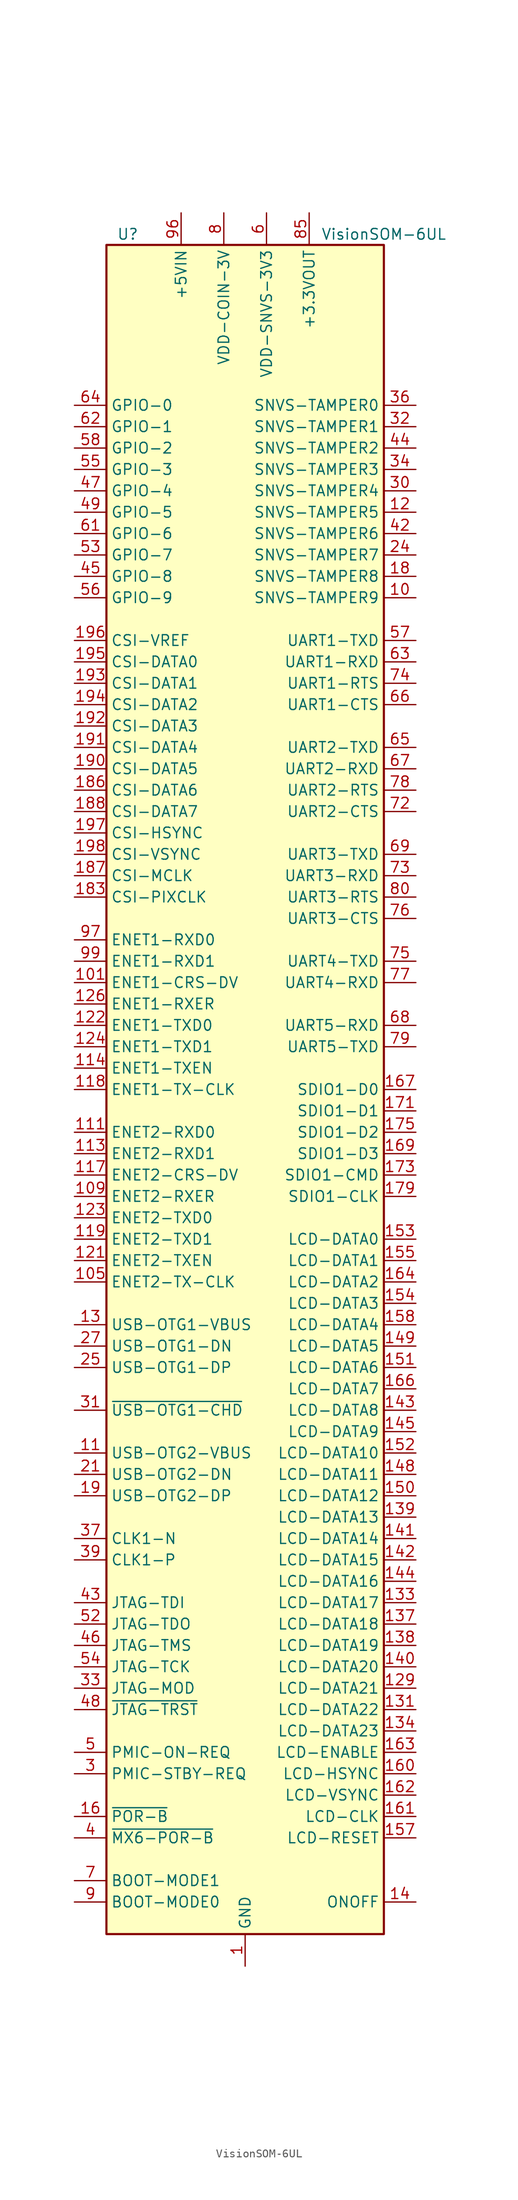
<source format=kicad_sym>
(kicad_symbol_lib
  (version 20201005)
  (generator kicad_symbol_editor)
  (symbol "VisionSOM-6UL"
    (property "Reference" "U"
      (at -13.97 101.6 0)
      (effects (font (size 1.27 1.27))))
    (property "Value" "VisionSOM-6UL"
      (at 16.51 101.6 0)
      (effects (font (size 1.27 1.27))))
    (symbol "VisionSOM-6UL_0_1"
      (rectangle (start -16.51 100.33) (end 16.51 -100.33) (stroke (width 0.254)) (fill (type background))))
    (symbol "VisionSOM-6UL_1_1"
      (pin power_in line (at 0 -104.14 90) (length 3.81) (name "GND" (effects (font (size 1.27 1.27)))) (number "1" (effects (font (size 1.27 1.27)))))
      (pin bidirectional line (at 20.32 58.42 180) (length 3.81) (name "SNVS-TAMPER9" (effects (font (size 1.27 1.27)))) (number "10" (effects (font (size 1.27 1.27)))))
      (pin passive line (at -7.62 104.14 270) (length 3.81) hide (name "+5VIN" (effects (font (size 1.27 1.27)))) (number "100" (effects (font (size 1.27 1.27)))))
      (pin bidirectional line (at -20.32 12.7 0) (length 3.81) (name "ENET1-CRS-DV" (effects (font (size 1.27 1.27)))) (number "101" (effects (font (size 1.27 1.27)))))
      (pin passive line (at -7.62 104.14 270) (length 3.81) hide (name "+5VIN" (effects (font (size 1.27 1.27)))) (number "102" (effects (font (size 1.27 1.27)))))
      (pin passive line (at 0 -104.14 90) (length 3.81) hide (name "GND" (effects (font (size 1.27 1.27)))) (number "103" (effects (font (size 1.27 1.27)))))
      (pin passive line (at -7.62 104.14 270) (length 3.81) hide (name "+5VIN" (effects (font (size 1.27 1.27)))) (number "104" (effects (font (size 1.27 1.27)))))
      (pin bidirectional line (at -20.32 -22.86 0) (length 3.81) (name "ENET2-TX-CLK" (effects (font (size 1.27 1.27)))) (number "105" (effects (font (size 1.27 1.27)))))
      (pin passive line (at -7.62 104.14 270) (length 3.81) hide (name "+5VIN" (effects (font (size 1.27 1.27)))) (number "106" (effects (font (size 1.27 1.27)))))
      (pin passive line (at 0 -104.14 90) (length 3.81) hide (name "GND" (effects (font (size 1.27 1.27)))) (number "107" (effects (font (size 1.27 1.27)))))
      (pin passive line (at -7.62 104.14 270) (length 3.81) hide (name "+5VIN" (effects (font (size 1.27 1.27)))) (number "108" (effects (font (size 1.27 1.27)))))
      (pin bidirectional line (at -20.32 -12.7 0) (length 3.81) (name "ENET2-RXER" (effects (font (size 1.27 1.27)))) (number "109" (effects (font (size 1.27 1.27)))))
      (pin input line (at -20.32 -43.18 0) (length 3.81) (name "USB-OTG2-VBUS" (effects (font (size 1.27 1.27)))) (number "11" (effects (font (size 1.27 1.27)))))
      (pin passive line (at -7.62 104.14 270) (length 3.81) hide (name "+5VIN" (effects (font (size 1.27 1.27)))) (number "110" (effects (font (size 1.27 1.27)))))
      (pin bidirectional line (at -20.32 -5.08 0) (length 3.81) (name "ENET2-RXD0" (effects (font (size 1.27 1.27)))) (number "111" (effects (font (size 1.27 1.27)))))
      (pin passive line (at -7.62 104.14 270) (length 3.81) hide (name "+5VIN" (effects (font (size 1.27 1.27)))) (number "112" (effects (font (size 1.27 1.27)))))
      (pin bidirectional line (at -20.32 -7.62 0) (length 3.81) (name "ENET2-RXD1" (effects (font (size 1.27 1.27)))) (number "113" (effects (font (size 1.27 1.27)))))
      (pin bidirectional line (at -20.32 2.54 0) (length 3.81) (name "ENET1-TXEN" (effects (font (size 1.27 1.27)))) (number "114" (effects (font (size 1.27 1.27)))))
      (pin passive line (at 0 -104.14 90) (length 3.81) hide (name "GND" (effects (font (size 1.27 1.27)))) (number "115" (effects (font (size 1.27 1.27)))))
      (pin passive line (at 0 -104.14 90) (length 3.81) hide (name "GND" (effects (font (size 1.27 1.27)))) (number "116" (effects (font (size 1.27 1.27)))))
      (pin bidirectional line (at -20.32 -10.16 0) (length 3.81) (name "ENET2-CRS-DV" (effects (font (size 1.27 1.27)))) (number "117" (effects (font (size 1.27 1.27)))))
      (pin bidirectional line (at -20.32 0 0) (length 3.81) (name "ENET1-TX-CLK" (effects (font (size 1.27 1.27)))) (number "118" (effects (font (size 1.27 1.27)))))
      (pin bidirectional line (at -20.32 -17.78 0) (length 3.81) (name "ENET2-TXD1" (effects (font (size 1.27 1.27)))) (number "119" (effects (font (size 1.27 1.27)))))
      (pin bidirectional line (at 20.32 68.58 180) (length 3.81) (name "SNVS-TAMPER5" (effects (font (size 1.27 1.27)))) (number "12" (effects (font (size 1.27 1.27)))))
      (pin passive line (at 0 -104.14 90) (length 3.81) hide (name "GND" (effects (font (size 1.27 1.27)))) (number "120" (effects (font (size 1.27 1.27)))))
      (pin bidirectional line (at -20.32 -20.32 0) (length 3.81) (name "ENET2-TXEN" (effects (font (size 1.27 1.27)))) (number "121" (effects (font (size 1.27 1.27)))))
      (pin bidirectional line (at -20.32 7.62 0) (length 3.81) (name "ENET1-TXD0" (effects (font (size 1.27 1.27)))) (number "122" (effects (font (size 1.27 1.27)))))
      (pin bidirectional line (at -20.32 -15.24 0) (length 3.81) (name "ENET2-TXD0" (effects (font (size 1.27 1.27)))) (number "123" (effects (font (size 1.27 1.27)))))
      (pin bidirectional line (at -20.32 5.08 0) (length 3.81) (name "ENET1-TXD1" (effects (font (size 1.27 1.27)))) (number "124" (effects (font (size 1.27 1.27)))))
      (pin passive line (at 0 -104.14 90) (length 3.81) hide (name "GND" (effects (font (size 1.27 1.27)))) (number "125" (effects (font (size 1.27 1.27)))))
      (pin bidirectional line (at -20.32 10.16 0) (length 3.81) (name "ENET1-RXER" (effects (font (size 1.27 1.27)))) (number "126" (effects (font (size 1.27 1.27)))))
      (pin passive line (at 0 -104.14 90) (length 3.81) hide (name "GND" (effects (font (size 1.27 1.27)))) (number "127" (effects (font (size 1.27 1.27)))))
      (pin passive line (at 0 -104.14 90) (length 3.81) hide (name "GND" (effects (font (size 1.27 1.27)))) (number "128" (effects (font (size 1.27 1.27)))))
      (pin bidirectional line (at 20.32 -71.12 180) (length 3.81) (name "LCD-DATA21" (effects (font (size 1.27 1.27)))) (number "129" (effects (font (size 1.27 1.27)))))
      (pin input line (at -20.32 -27.94 0) (length 3.81) (name "USB-OTG1-VBUS" (effects (font (size 1.27 1.27)))) (number "13" (effects (font (size 1.27 1.27)))))
      (pin passive line (at 0 -104.14 90) (length 3.81) hide (name "GND" (effects (font (size 1.27 1.27)))) (number "130" (effects (font (size 1.27 1.27)))))
      (pin bidirectional line (at 20.32 -73.66 180) (length 3.81) (name "LCD-DATA22" (effects (font (size 1.27 1.27)))) (number "131" (effects (font (size 1.27 1.27)))))
      (pin passive line (at 0 -104.14 90) (length 3.81) hide (name "GND" (effects (font (size 1.27 1.27)))) (number "132" (effects (font (size 1.27 1.27)))))
      (pin bidirectional line (at 20.32 -60.96 180) (length 3.81) (name "LCD-DATA17" (effects (font (size 1.27 1.27)))) (number "133" (effects (font (size 1.27 1.27)))))
      (pin bidirectional line (at 20.32 -76.2 180) (length 3.81) (name "LCD-DATA23" (effects (font (size 1.27 1.27)))) (number "134" (effects (font (size 1.27 1.27)))))
      (pin passive line (at 0 -104.14 90) (length 3.81) hide (name "GND" (effects (font (size 1.27 1.27)))) (number "135" (effects (font (size 1.27 1.27)))))
      (pin passive line (at 0 -104.14 90) (length 3.81) hide (name "GND" (effects (font (size 1.27 1.27)))) (number "136" (effects (font (size 1.27 1.27)))))
      (pin bidirectional line (at 20.32 -63.5 180) (length 3.81) (name "LCD-DATA18" (effects (font (size 1.27 1.27)))) (number "137" (effects (font (size 1.27 1.27)))))
      (pin bidirectional line (at 20.32 -66.04 180) (length 3.81) (name "LCD-DATA19" (effects (font (size 1.27 1.27)))) (number "138" (effects (font (size 1.27 1.27)))))
      (pin bidirectional line (at 20.32 -50.8 180) (length 3.81) (name "LCD-DATA13" (effects (font (size 1.27 1.27)))) (number "139" (effects (font (size 1.27 1.27)))))
      (pin input line (at 20.32 -96.52 180) (length 3.81) (name "ONOFF" (effects (font (size 1.27 1.27)))) (number "14" (effects (font (size 1.27 1.27)))))
      (pin bidirectional line (at 20.32 -68.58 180) (length 3.81) (name "LCD-DATA20" (effects (font (size 1.27 1.27)))) (number "140" (effects (font (size 1.27 1.27)))))
      (pin bidirectional line (at 20.32 -53.34 180) (length 3.81) (name "LCD-DATA14" (effects (font (size 1.27 1.27)))) (number "141" (effects (font (size 1.27 1.27)))))
      (pin bidirectional line (at 20.32 -55.88 180) (length 3.81) (name "LCD-DATA15" (effects (font (size 1.27 1.27)))) (number "142" (effects (font (size 1.27 1.27)))))
      (pin bidirectional line (at 20.32 -38.1 180) (length 3.81) (name "LCD-DATA8" (effects (font (size 1.27 1.27)))) (number "143" (effects (font (size 1.27 1.27)))))
      (pin bidirectional line (at 20.32 -58.42 180) (length 3.81) (name "LCD-DATA16" (effects (font (size 1.27 1.27)))) (number "144" (effects (font (size 1.27 1.27)))))
      (pin bidirectional line (at 20.32 -40.64 180) (length 3.81) (name "LCD-DATA9" (effects (font (size 1.27 1.27)))) (number "145" (effects (font (size 1.27 1.27)))))
      (pin passive line (at 0 -104.14 90) (length 3.81) hide (name "GND" (effects (font (size 1.27 1.27)))) (number "146" (effects (font (size 1.27 1.27)))))
      (pin passive line (at 0 -104.14 90) (length 3.81) hide (name "GND" (effects (font (size 1.27 1.27)))) (number "147" (effects (font (size 1.27 1.27)))))
      (pin bidirectional line (at 20.32 -45.72 180) (length 3.81) (name "LCD-DATA11" (effects (font (size 1.27 1.27)))) (number "148" (effects (font (size 1.27 1.27)))))
      (pin bidirectional line (at 20.32 -30.48 180) (length 3.81) (name "LCD-DATA5" (effects (font (size 1.27 1.27)))) (number "149" (effects (font (size 1.27 1.27)))))
      (pin passive line (at 0 -104.14 90) (length 3.81) hide (name "GND" (effects (font (size 1.27 1.27)))) (number "15" (effects (font (size 1.27 1.27)))))
      (pin bidirectional line (at 20.32 -48.26 180) (length 3.81) (name "LCD-DATA12" (effects (font (size 1.27 1.27)))) (number "150" (effects (font (size 1.27 1.27)))))
      (pin bidirectional line (at 20.32 -33.02 180) (length 3.81) (name "LCD-DATA6" (effects (font (size 1.27 1.27)))) (number "151" (effects (font (size 1.27 1.27)))))
      (pin bidirectional line (at 20.32 -43.18 180) (length 3.81) (name "LCD-DATA10" (effects (font (size 1.27 1.27)))) (number "152" (effects (font (size 1.27 1.27)))))
      (pin bidirectional line (at 20.32 -17.78 180) (length 3.81) (name "LCD-DATA0" (effects (font (size 1.27 1.27)))) (number "153" (effects (font (size 1.27 1.27)))))
      (pin bidirectional line (at 20.32 -25.4 180) (length 3.81) (name "LCD-DATA3" (effects (font (size 1.27 1.27)))) (number "154" (effects (font (size 1.27 1.27)))))
      (pin bidirectional line (at 20.32 -20.32 180) (length 3.81) (name "LCD-DATA1" (effects (font (size 1.27 1.27)))) (number "155" (effects (font (size 1.27 1.27)))))
      (pin passive line (at 0 -104.14 90) (length 3.81) hide (name "GND" (effects (font (size 1.27 1.27)))) (number "156" (effects (font (size 1.27 1.27)))))
      (pin bidirectional line (at 20.32 -88.9 180) (length 3.81) (name "LCD-RESET" (effects (font (size 1.27 1.27)))) (number "157" (effects (font (size 1.27 1.27)))))
      (pin bidirectional line (at 20.32 -27.94 180) (length 3.81) (name "LCD-DATA4" (effects (font (size 1.27 1.27)))) (number "158" (effects (font (size 1.27 1.27)))))
      (pin passive line (at 0 -104.14 90) (length 3.81) hide (name "GND" (effects (font (size 1.27 1.27)))) (number "159" (effects (font (size 1.27 1.27)))))
      (pin input line (at -20.32 -86.36 0) (length 3.81) (name "~POR-B" (effects (font (size 1.27 1.27)))) (number "16" (effects (font (size 1.27 1.27)))))
      (pin bidirectional line (at 20.32 -81.28 180) (length 3.81) (name "LCD-HSYNC" (effects (font (size 1.27 1.27)))) (number "160" (effects (font (size 1.27 1.27)))))
      (pin bidirectional line (at 20.32 -86.36 180) (length 3.81) (name "LCD-CLK" (effects (font (size 1.27 1.27)))) (number "161" (effects (font (size 1.27 1.27)))))
      (pin bidirectional line (at 20.32 -83.82 180) (length 3.81) (name "LCD-VSYNC" (effects (font (size 1.27 1.27)))) (number "162" (effects (font (size 1.27 1.27)))))
      (pin bidirectional line (at 20.32 -78.74 180) (length 3.81) (name "LCD-ENABLE" (effects (font (size 1.27 1.27)))) (number "163" (effects (font (size 1.27 1.27)))))
      (pin bidirectional line (at 20.32 -22.86 180) (length 3.81) (name "LCD-DATA2" (effects (font (size 1.27 1.27)))) (number "164" (effects (font (size 1.27 1.27)))))
      (pin passive line (at 0 -104.14 90) (length 3.81) hide (name "GND" (effects (font (size 1.27 1.27)))) (number "165" (effects (font (size 1.27 1.27)))))
      (pin bidirectional line (at 20.32 -35.56 180) (length 3.81) (name "LCD-DATA7" (effects (font (size 1.27 1.27)))) (number "166" (effects (font (size 1.27 1.27)))))
      (pin bidirectional line (at 20.32 0 180) (length 3.81) (name "SDIO1-D0" (effects (font (size 1.27 1.27)))) (number "167" (effects (font (size 1.27 1.27)))))
      (pin passive line (at 0 -104.14 90) (length 3.81) hide (name "GND" (effects (font (size 1.27 1.27)))) (number "168" (effects (font (size 1.27 1.27)))))
      (pin bidirectional line (at 20.32 -7.62 180) (length 3.81) (name "SDIO1-D3" (effects (font (size 1.27 1.27)))) (number "169" (effects (font (size 1.27 1.27)))))
      (pin passive line (at 0 -104.14 90) (length 3.81) hide (name "GND" (effects (font (size 1.27 1.27)))) (number "17" (effects (font (size 1.27 1.27)))))
      (pin passive line (at 0 -104.14 90) (length 3.81) hide (name "GND" (effects (font (size 1.27 1.27)))) (number "170" (effects (font (size 1.27 1.27)))))
      (pin bidirectional line (at 20.32 -2.54 180) (length 3.81) (name "SDIO1-D1" (effects (font (size 1.27 1.27)))) (number "171" (effects (font (size 1.27 1.27)))))
      (pin passive line (at 0 -104.14 90) (length 3.81) hide (name "GND" (effects (font (size 1.27 1.27)))) (number "172" (effects (font (size 1.27 1.27)))))
      (pin bidirectional line (at 20.32 -10.16 180) (length 3.81) (name "SDIO1-CMD" (effects (font (size 1.27 1.27)))) (number "173" (effects (font (size 1.27 1.27)))))
      (pin passive line (at 0 -104.14 90) (length 3.81) hide (name "GND" (effects (font (size 1.27 1.27)))) (number "174" (effects (font (size 1.27 1.27)))))
      (pin bidirectional line (at 20.32 -5.08 180) (length 3.81) (name "SDIO1-D2" (effects (font (size 1.27 1.27)))) (number "175" (effects (font (size 1.27 1.27)))))
      (pin passive line (at 0 -104.14 90) (length 3.81) hide (name "GND" (effects (font (size 1.27 1.27)))) (number "176" (effects (font (size 1.27 1.27)))))
      (pin passive line (at 0 -104.14 90) (length 3.81) hide (name "GND" (effects (font (size 1.27 1.27)))) (number "177" (effects (font (size 1.27 1.27)))))
      (pin passive line (at 0 -104.14 90) (length 3.81) hide (name "GND" (effects (font (size 1.27 1.27)))) (number "178" (effects (font (size 1.27 1.27)))))
      (pin bidirectional line (at 20.32 -12.7 180) (length 3.81) (name "SDIO1-CLK" (effects (font (size 1.27 1.27)))) (number "179" (effects (font (size 1.27 1.27)))))
      (pin bidirectional line (at 20.32 60.96 180) (length 3.81) (name "SNVS-TAMPER8" (effects (font (size 1.27 1.27)))) (number "18" (effects (font (size 1.27 1.27)))))
      (pin passive line (at 0 -104.14 90) (length 3.81) hide (name "GND" (effects (font (size 1.27 1.27)))) (number "180" (effects (font (size 1.27 1.27)))))
      (pin passive line (at 0 -104.14 90) (length 3.81) hide (name "GND" (effects (font (size 1.27 1.27)))) (number "181" (effects (font (size 1.27 1.27)))))
      (pin passive line (at 0 -104.14 90) (length 3.81) hide (name "GND" (effects (font (size 1.27 1.27)))) (number "182" (effects (font (size 1.27 1.27)))))
      (pin bidirectional line (at -20.32 22.86 0) (length 3.81) (name "CSI-PIXCLK" (effects (font (size 1.27 1.27)))) (number "183" (effects (font (size 1.27 1.27)))))
      (pin passive line (at 0 -104.14 90) (length 3.81) hide (name "GND" (effects (font (size 1.27 1.27)))) (number "184" (effects (font (size 1.27 1.27)))))
      (pin passive line (at 0 -104.14 90) (length 3.81) hide (name "GND" (effects (font (size 1.27 1.27)))) (number "185" (effects (font (size 1.27 1.27)))))
      (pin bidirectional line (at -20.32 35.56 0) (length 3.81) (name "CSI-DATA6" (effects (font (size 1.27 1.27)))) (number "186" (effects (font (size 1.27 1.27)))))
      (pin bidirectional line (at -20.32 25.4 0) (length 3.81) (name "CSI-MCLK" (effects (font (size 1.27 1.27)))) (number "187" (effects (font (size 1.27 1.27)))))
      (pin bidirectional line (at -20.32 33.02 0) (length 3.81) (name "CSI-DATA7" (effects (font (size 1.27 1.27)))) (number "188" (effects (font (size 1.27 1.27)))))
      (pin passive line (at 0 -104.14 90) (length 3.81) hide (name "GND" (effects (font (size 1.27 1.27)))) (number "189" (effects (font (size 1.27 1.27)))))
      (pin bidirectional line (at -20.32 -48.26 0) (length 3.81) (name "USB-OTG2-DP" (effects (font (size 1.27 1.27)))) (number "19" (effects (font (size 1.27 1.27)))))
      (pin bidirectional line (at -20.32 38.1 0) (length 3.81) (name "CSI-DATA5" (effects (font (size 1.27 1.27)))) (number "190" (effects (font (size 1.27 1.27)))))
      (pin bidirectional line (at -20.32 40.64 0) (length 3.81) (name "CSI-DATA4" (effects (font (size 1.27 1.27)))) (number "191" (effects (font (size 1.27 1.27)))))
      (pin bidirectional line (at -20.32 43.18 0) (length 3.81) (name "CSI-DATA3" (effects (font (size 1.27 1.27)))) (number "192" (effects (font (size 1.27 1.27)))))
      (pin bidirectional line (at -20.32 48.26 0) (length 3.81) (name "CSI-DATA1" (effects (font (size 1.27 1.27)))) (number "193" (effects (font (size 1.27 1.27)))))
      (pin bidirectional line (at -20.32 45.72 0) (length 3.81) (name "CSI-DATA2" (effects (font (size 1.27 1.27)))) (number "194" (effects (font (size 1.27 1.27)))))
      (pin bidirectional line (at -20.32 50.8 0) (length 3.81) (name "CSI-DATA0" (effects (font (size 1.27 1.27)))) (number "195" (effects (font (size 1.27 1.27)))))
      (pin passive line (at -20.32 53.34 0) (length 3.81) (name "CSI-VREF" (effects (font (size 1.27 1.27)))) (number "196" (effects (font (size 1.27 1.27)))))
      (pin bidirectional line (at -20.32 30.48 0) (length 3.81) (name "CSI-HSYNC" (effects (font (size 1.27 1.27)))) (number "197" (effects (font (size 1.27 1.27)))))
      (pin bidirectional line (at -20.32 27.94 0) (length 3.81) (name "CSI-VSYNC" (effects (font (size 1.27 1.27)))) (number "198" (effects (font (size 1.27 1.27)))))
      (pin passive line (at 0 -104.14 90) (length 3.81) hide (name "GND" (effects (font (size 1.27 1.27)))) (number "199" (effects (font (size 1.27 1.27)))))
      (pin passive line (at 0 -104.14 90) (length 3.81) hide (name "GND" (effects (font (size 1.27 1.27)))) (number "2" (effects (font (size 1.27 1.27)))))
      (pin passive line (at 0 -104.14 90) (length 3.81) hide (name "GND" (effects (font (size 1.27 1.27)))) (number "20" (effects (font (size 1.27 1.27)))))
      (pin passive line (at 0 -104.14 90) (length 3.81) hide (name "GND" (effects (font (size 1.27 1.27)))) (number "200" (effects (font (size 1.27 1.27)))))
      (pin bidirectional line (at -20.32 -45.72 0) (length 3.81) (name "USB-OTG2-DN" (effects (font (size 1.27 1.27)))) (number "21" (effects (font (size 1.27 1.27)))))
      (pin passive line (at 0 -104.14 90) (length 3.81) hide (name "GND" (effects (font (size 1.27 1.27)))) (number "22" (effects (font (size 1.27 1.27)))))
      (pin passive line (at 0 -104.14 90) (length 3.81) hide (name "GND" (effects (font (size 1.27 1.27)))) (number "23" (effects (font (size 1.27 1.27)))))
      (pin bidirectional line (at 20.32 63.5 180) (length 3.81) (name "SNVS-TAMPER7" (effects (font (size 1.27 1.27)))) (number "24" (effects (font (size 1.27 1.27)))))
      (pin bidirectional line (at -20.32 -33.02 0) (length 3.81) (name "USB-OTG1-DP" (effects (font (size 1.27 1.27)))) (number "25" (effects (font (size 1.27 1.27)))))
      (pin passive line (at 0 -104.14 90) (length 3.81) hide (name "GND" (effects (font (size 1.27 1.27)))) (number "26" (effects (font (size 1.27 1.27)))))
      (pin bidirectional line (at -20.32 -30.48 0) (length 3.81) (name "USB-OTG1-DN" (effects (font (size 1.27 1.27)))) (number "27" (effects (font (size 1.27 1.27)))))
      (pin passive line (at 0 -104.14 90) (length 3.81) hide (name "GND" (effects (font (size 1.27 1.27)))) (number "28" (effects (font (size 1.27 1.27)))))
      (pin passive line (at 0 -104.14 90) (length 3.81) hide (name "GND" (effects (font (size 1.27 1.27)))) (number "29" (effects (font (size 1.27 1.27)))))
      (pin output line (at -20.32 -81.28 0) (length 3.81) (name "PMIC-STBY-REQ" (effects (font (size 1.27 1.27)))) (number "3" (effects (font (size 1.27 1.27)))))
      (pin bidirectional line (at 20.32 71.12 180) (length 3.81) (name "SNVS-TAMPER4" (effects (font (size 1.27 1.27)))) (number "30" (effects (font (size 1.27 1.27)))))
      (pin open_collector line (at -20.32 -38.1 0) (length 3.81) (name "~USB-OTG1-CHD" (effects (font (size 1.27 1.27)))) (number "31" (effects (font (size 1.27 1.27)))))
      (pin bidirectional line (at 20.32 78.74 180) (length 3.81) (name "SNVS-TAMPER1" (effects (font (size 1.27 1.27)))) (number "32" (effects (font (size 1.27 1.27)))))
      (pin bidirectional line (at -20.32 -71.12 0) (length 3.81) (name "JTAG-MOD" (effects (font (size 1.27 1.27)))) (number "33" (effects (font (size 1.27 1.27)))))
      (pin bidirectional line (at 20.32 73.66 180) (length 3.81) (name "SNVS-TAMPER3" (effects (font (size 1.27 1.27)))) (number "34" (effects (font (size 1.27 1.27)))))
      (pin passive line (at 0 -104.14 90) (length 3.81) hide (name "GND" (effects (font (size 1.27 1.27)))) (number "35" (effects (font (size 1.27 1.27)))))
      (pin bidirectional line (at 20.32 81.28 180) (length 3.81) (name "SNVS-TAMPER0" (effects (font (size 1.27 1.27)))) (number "36" (effects (font (size 1.27 1.27)))))
      (pin bidirectional line (at -20.32 -53.34 0) (length 3.81) (name "CLK1-N" (effects (font (size 1.27 1.27)))) (number "37" (effects (font (size 1.27 1.27)))))
      (pin passive line (at 0 -104.14 90) (length 3.81) hide (name "GND" (effects (font (size 1.27 1.27)))) (number "38" (effects (font (size 1.27 1.27)))))
      (pin bidirectional line (at -20.32 -55.88 0) (length 3.81) (name "CLK1-P" (effects (font (size 1.27 1.27)))) (number "39" (effects (font (size 1.27 1.27)))))
      (pin input line (at -20.32 -88.9 0) (length 3.81) (name "~MX6-POR-B" (effects (font (size 1.27 1.27)))) (number "4" (effects (font (size 1.27 1.27)))))
      (pin passive line (at 0 -104.14 90) (length 3.81) hide (name "GND" (effects (font (size 1.27 1.27)))) (number "40" (effects (font (size 1.27 1.27)))))
      (pin passive line (at 0 -104.14 90) (length 3.81) hide (name "GND" (effects (font (size 1.27 1.27)))) (number "41" (effects (font (size 1.27 1.27)))))
      (pin bidirectional line (at 20.32 66.04 180) (length 3.81) (name "SNVS-TAMPER6" (effects (font (size 1.27 1.27)))) (number "42" (effects (font (size 1.27 1.27)))))
      (pin bidirectional line (at -20.32 -60.96 0) (length 3.81) (name "JTAG-TDI" (effects (font (size 1.27 1.27)))) (number "43" (effects (font (size 1.27 1.27)))))
      (pin bidirectional line (at 20.32 76.2 180) (length 3.81) (name "SNVS-TAMPER2" (effects (font (size 1.27 1.27)))) (number "44" (effects (font (size 1.27 1.27)))))
      (pin bidirectional line (at -20.32 60.96 0) (length 3.81) (name "GPIO-8" (effects (font (size 1.27 1.27)))) (number "45" (effects (font (size 1.27 1.27)))))
      (pin bidirectional line (at -20.32 -66.04 0) (length 3.81) (name "JTAG-TMS" (effects (font (size 1.27 1.27)))) (number "46" (effects (font (size 1.27 1.27)))))
      (pin bidirectional line (at -20.32 71.12 0) (length 3.81) (name "GPIO-4" (effects (font (size 1.27 1.27)))) (number "47" (effects (font (size 1.27 1.27)))))
      (pin bidirectional line (at -20.32 -73.66 0) (length 3.81) (name "~JTAG-TRST" (effects (font (size 1.27 1.27)))) (number "48" (effects (font (size 1.27 1.27)))))
      (pin bidirectional line (at -20.32 68.58 0) (length 3.81) (name "GPIO-5" (effects (font (size 1.27 1.27)))) (number "49" (effects (font (size 1.27 1.27)))))
      (pin output line (at -20.32 -78.74 0) (length 3.81) (name "PMIC-ON-REQ" (effects (font (size 1.27 1.27)))) (number "5" (effects (font (size 1.27 1.27)))))
      (pin passive line (at 0 -104.14 90) (length 3.81) hide (name "GND" (effects (font (size 1.27 1.27)))) (number "50" (effects (font (size 1.27 1.27)))))
      (pin passive line (at 0 -104.14 90) (length 3.81) hide (name "GND" (effects (font (size 1.27 1.27)))) (number "51" (effects (font (size 1.27 1.27)))))
      (pin bidirectional line (at -20.32 -63.5 0) (length 3.81) (name "JTAG-TDO" (effects (font (size 1.27 1.27)))) (number "52" (effects (font (size 1.27 1.27)))))
      (pin bidirectional line (at -20.32 63.5 0) (length 3.81) (name "GPIO-7" (effects (font (size 1.27 1.27)))) (number "53" (effects (font (size 1.27 1.27)))))
      (pin bidirectional line (at -20.32 -68.58 0) (length 3.81) (name "JTAG-TCK" (effects (font (size 1.27 1.27)))) (number "54" (effects (font (size 1.27 1.27)))))
      (pin bidirectional line (at -20.32 73.66 0) (length 3.81) (name "GPIO-3" (effects (font (size 1.27 1.27)))) (number "55" (effects (font (size 1.27 1.27)))))
      (pin bidirectional line (at -20.32 58.42 0) (length 3.81) (name "GPIO-9" (effects (font (size 1.27 1.27)))) (number "56" (effects (font (size 1.27 1.27)))))
      (pin bidirectional line (at 20.32 53.34 180) (length 3.81) (name "UART1-TXD" (effects (font (size 1.27 1.27)))) (number "57" (effects (font (size 1.27 1.27)))))
      (pin bidirectional line (at -20.32 76.2 0) (length 3.81) (name "GPIO-2" (effects (font (size 1.27 1.27)))) (number "58" (effects (font (size 1.27 1.27)))))
      (pin passive line (at 0 -104.14 90) (length 3.81) hide (name "GND" (effects (font (size 1.27 1.27)))) (number "59" (effects (font (size 1.27 1.27)))))
      (pin power_in line (at 2.54 104.14 270) (length 3.81) (name "VDD-SNVS-3V3" (effects (font (size 1.27 1.27)))) (number "6" (effects (font (size 1.27 1.27)))))
      (pin passive line (at 0 -104.14 90) (length 3.81) hide (name "GND" (effects (font (size 1.27 1.27)))) (number "60" (effects (font (size 1.27 1.27)))))
      (pin bidirectional line (at -20.32 66.04 0) (length 3.81) (name "GPIO-6" (effects (font (size 1.27 1.27)))) (number "61" (effects (font (size 1.27 1.27)))))
      (pin bidirectional line (at -20.32 78.74 0) (length 3.81) (name "GPIO-1" (effects (font (size 1.27 1.27)))) (number "62" (effects (font (size 1.27 1.27)))))
      (pin bidirectional line (at 20.32 50.8 180) (length 3.81) (name "UART1-RXD" (effects (font (size 1.27 1.27)))) (number "63" (effects (font (size 1.27 1.27)))))
      (pin bidirectional line (at -20.32 81.28 0) (length 3.81) (name "GPIO-0" (effects (font (size 1.27 1.27)))) (number "64" (effects (font (size 1.27 1.27)))))
      (pin bidirectional line (at 20.32 40.64 180) (length 3.81) (name "UART2-TXD" (effects (font (size 1.27 1.27)))) (number "65" (effects (font (size 1.27 1.27)))))
      (pin bidirectional line (at 20.32 45.72 180) (length 3.81) (name "UART1-CTS" (effects (font (size 1.27 1.27)))) (number "66" (effects (font (size 1.27 1.27)))))
      (pin bidirectional line (at 20.32 38.1 180) (length 3.81) (name "UART2-RXD" (effects (font (size 1.27 1.27)))) (number "67" (effects (font (size 1.27 1.27)))))
      (pin bidirectional line (at 20.32 7.62 180) (length 3.81) (name "UART5-RXD" (effects (font (size 1.27 1.27)))) (number "68" (effects (font (size 1.27 1.27)))))
      (pin bidirectional line (at 20.32 27.94 180) (length 3.81) (name "UART3-TXD" (effects (font (size 1.27 1.27)))) (number "69" (effects (font (size 1.27 1.27)))))
      (pin input line (at -20.32 -93.98 0) (length 3.81) (name "BOOT-MODE1" (effects (font (size 1.27 1.27)))) (number "7" (effects (font (size 1.27 1.27)))))
      (pin passive line (at 0 -104.14 90) (length 3.81) hide (name "GND" (effects (font (size 1.27 1.27)))) (number "70" (effects (font (size 1.27 1.27)))))
      (pin passive line (at 0 -104.14 90) (length 3.81) hide (name "GND" (effects (font (size 1.27 1.27)))) (number "71" (effects (font (size 1.27 1.27)))))
      (pin bidirectional line (at 20.32 33.02 180) (length 3.81) (name "UART2-CTS" (effects (font (size 1.27 1.27)))) (number "72" (effects (font (size 1.27 1.27)))))
      (pin bidirectional line (at 20.32 25.4 180) (length 3.81) (name "UART3-RXD" (effects (font (size 1.27 1.27)))) (number "73" (effects (font (size 1.27 1.27)))))
      (pin bidirectional line (at 20.32 48.26 180) (length 3.81) (name "UART1-RTS" (effects (font (size 1.27 1.27)))) (number "74" (effects (font (size 1.27 1.27)))))
      (pin bidirectional line (at 20.32 15.24 180) (length 3.81) (name "UART4-TXD" (effects (font (size 1.27 1.27)))) (number "75" (effects (font (size 1.27 1.27)))))
      (pin bidirectional line (at 20.32 20.32 180) (length 3.81) (name "UART3-CTS" (effects (font (size 1.27 1.27)))) (number "76" (effects (font (size 1.27 1.27)))))
      (pin bidirectional line (at 20.32 12.7 180) (length 3.81) (name "UART4-RXD" (effects (font (size 1.27 1.27)))) (number "77" (effects (font (size 1.27 1.27)))))
      (pin bidirectional line (at 20.32 35.56 180) (length 3.81) (name "UART2-RTS" (effects (font (size 1.27 1.27)))) (number "78" (effects (font (size 1.27 1.27)))))
      (pin bidirectional line (at 20.32 5.08 180) (length 3.81) (name "UART5-TXD" (effects (font (size 1.27 1.27)))) (number "79" (effects (font (size 1.27 1.27)))))
      (pin power_in line (at -2.54 104.14 270) (length 3.81) (name "VDD-COIN-3V" (effects (font (size 1.27 1.27)))) (number "8" (effects (font (size 1.27 1.27)))))
      (pin bidirectional line (at 20.32 22.86 180) (length 3.81) (name "UART3-RTS" (effects (font (size 1.27 1.27)))) (number "80" (effects (font (size 1.27 1.27)))))
      (pin passive line (at 0 -104.14 90) (length 3.81) hide (name "GND" (effects (font (size 1.27 1.27)))) (number "81" (effects (font (size 1.27 1.27)))))
      (pin passive line (at 0 -104.14 90) (length 3.81) hide (name "GND" (effects (font (size 1.27 1.27)))) (number "82" (effects (font (size 1.27 1.27)))))
      (pin no_connect line (at 15.24 -93.98 180) (length 3.81) hide (name "NC" (effects (font (size 1.27 1.27)))) (number "83" (effects (font (size 1.27 1.27)))))
      (pin passive line (at 0 -104.14 90) (length 3.81) hide (name "GND" (effects (font (size 1.27 1.27)))) (number "84" (effects (font (size 1.27 1.27)))))
      (pin power_out line (at 7.62 104.14 270) (length 3.81) (name "+3.3VOUT" (effects (font (size 1.27 1.27)))) (number "85" (effects (font (size 1.27 1.27)))))
      (pin passive line (at 7.62 104.14 270) (length 3.81) hide (name "+3.3VOUT" (effects (font (size 1.27 1.27)))) (number "87" (effects (font (size 1.27 1.27)))))
      (pin passive line (at 7.62 104.14 270) (length 3.81) hide (name "+3.3VOUT" (effects (font (size 1.27 1.27)))) (number "88" (effects (font (size 1.27 1.27)))))
      (pin passive line (at 7.62 104.14 270) (length 3.81) hide (name "+3.3VOUT" (effects (font (size 1.27 1.27)))) (number "89" (effects (font (size 1.27 1.27)))))
      (pin input line (at -20.32 -96.52 0) (length 3.81) (name "BOOT-MODE0" (effects (font (size 1.27 1.27)))) (number "9" (effects (font (size 1.27 1.27)))))
      (pin passive line (at 7.62 104.14 270) (length 3.81) hide (name "+3.3VOUT" (effects (font (size 1.27 1.27)))) (number "90" (effects (font (size 1.27 1.27)))))
      (pin passive line (at 7.62 104.14 270) (length 3.81) hide (name "+3.3VOUT" (effects (font (size 1.27 1.27)))) (number "91" (effects (font (size 1.27 1.27)))))
      (pin passive line (at 7.62 104.14 270) (length 3.81) hide (name "+3.3VOUT" (effects (font (size 1.27 1.27)))) (number "92" (effects (font (size 1.27 1.27)))))
      (pin passive line (at 7.62 104.14 270) (length 3.81) hide (name "+3.3VOUT" (effects (font (size 1.27 1.27)))) (number "93" (effects (font (size 1.27 1.27)))))
      (pin power_in line (at -7.62 104.14 270) (length 3.81) (name "+5VIN" (effects (font (size 1.27 1.27)))) (number "96" (effects (font (size 1.27 1.27)))))
      (pin bidirectional line (at -20.32 17.78 0) (length 3.81) (name "ENET1-RXD0" (effects (font (size 1.27 1.27)))) (number "97" (effects (font (size 1.27 1.27)))))
      (pin passive line (at -7.62 104.14 270) (length 3.81) hide (name "+5VIN" (effects (font (size 1.27 1.27)))) (number "98" (effects (font (size 1.27 1.27)))))
      (pin bidirectional line (at -20.32 15.24 0) (length 3.81) (name "ENET1-RXD1" (effects (font (size 1.27 1.27)))) (number "99" (effects (font (size 1.27 1.27))))))))
</source>
